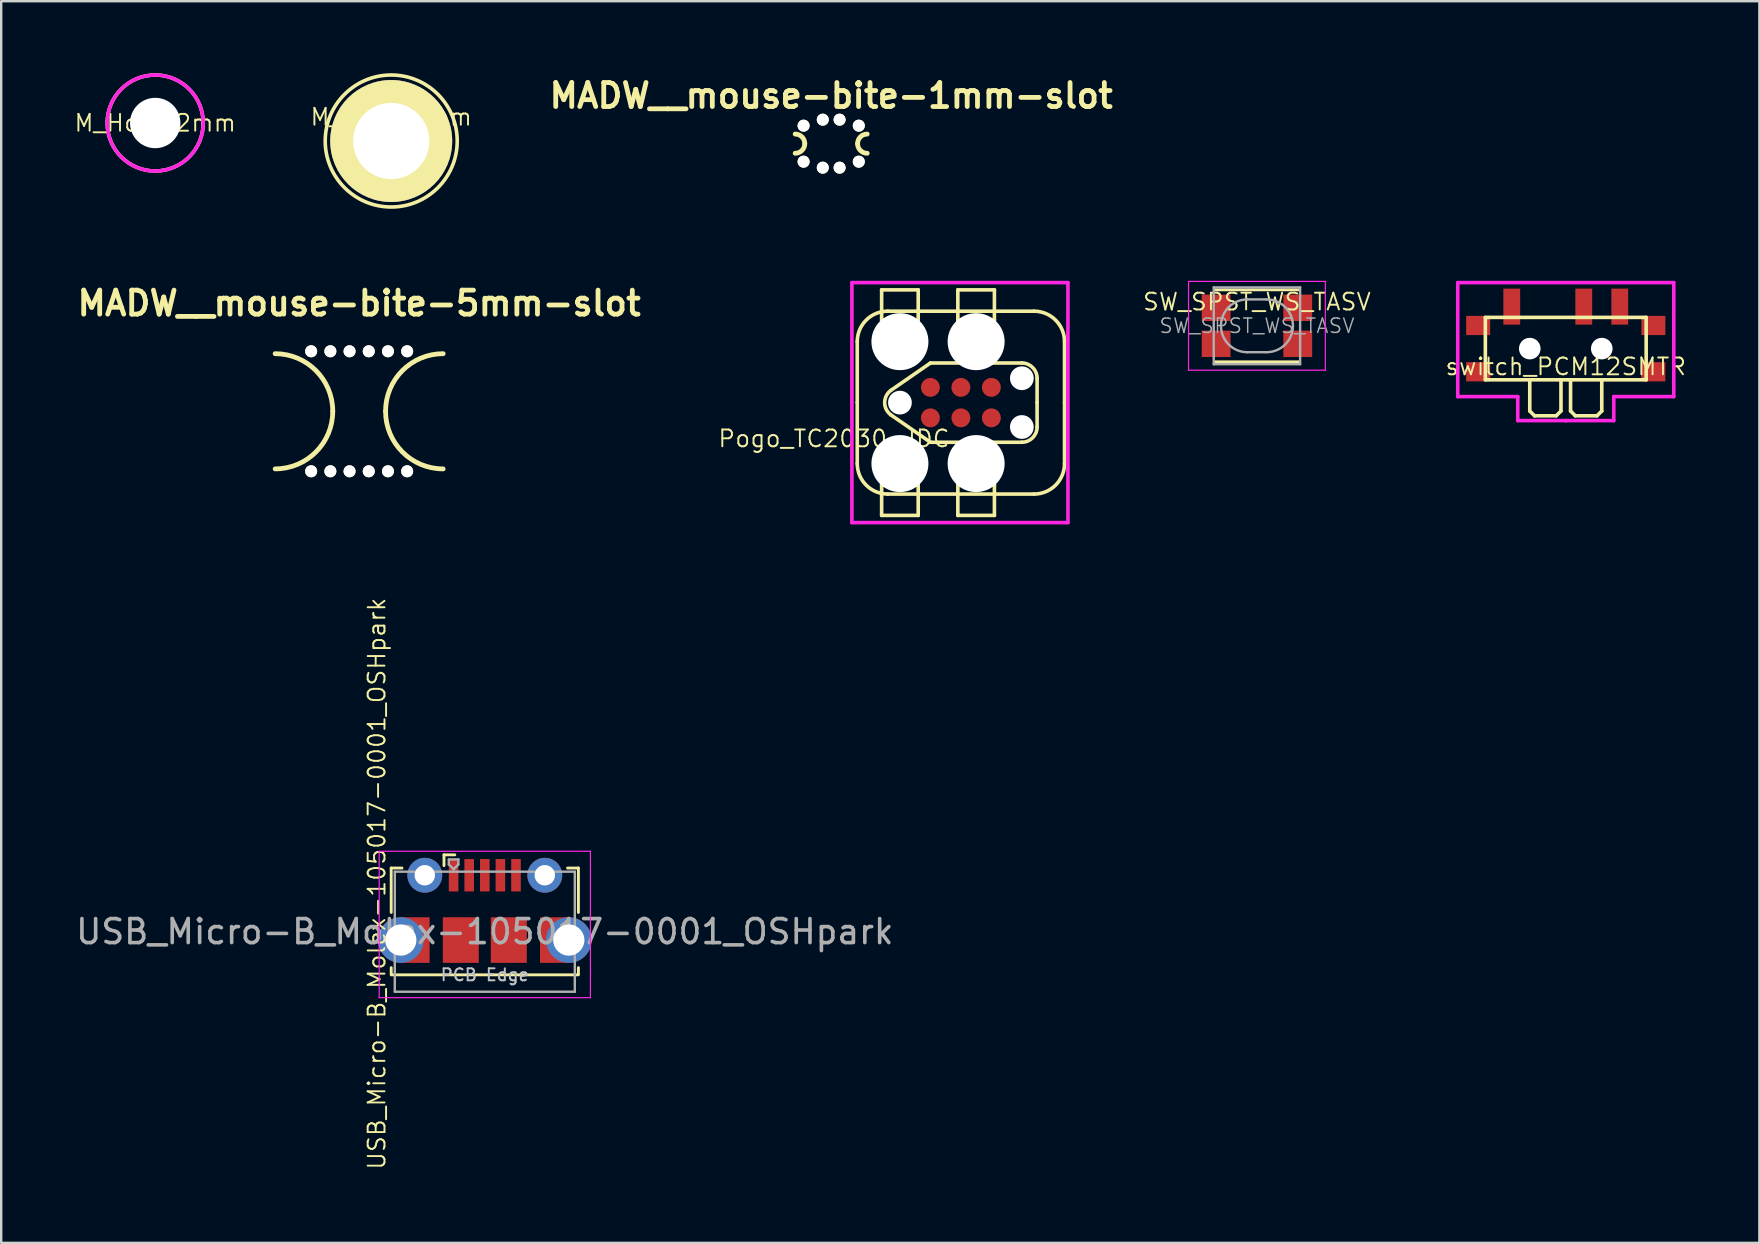
<source format=kicad_pcb>
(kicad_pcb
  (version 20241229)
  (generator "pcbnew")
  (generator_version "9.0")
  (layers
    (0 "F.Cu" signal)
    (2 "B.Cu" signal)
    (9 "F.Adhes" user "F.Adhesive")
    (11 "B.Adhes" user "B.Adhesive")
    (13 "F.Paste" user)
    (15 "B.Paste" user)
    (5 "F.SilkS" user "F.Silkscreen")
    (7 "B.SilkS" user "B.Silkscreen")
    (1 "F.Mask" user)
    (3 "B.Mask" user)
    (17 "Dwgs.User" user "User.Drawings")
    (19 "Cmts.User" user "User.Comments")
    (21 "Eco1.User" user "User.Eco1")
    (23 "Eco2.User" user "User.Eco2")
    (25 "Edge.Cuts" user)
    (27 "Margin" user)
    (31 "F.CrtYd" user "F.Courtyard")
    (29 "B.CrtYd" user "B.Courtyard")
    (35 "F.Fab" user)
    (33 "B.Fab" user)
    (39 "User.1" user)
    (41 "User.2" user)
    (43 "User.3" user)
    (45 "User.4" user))
  (footprint "switch_PCM12SMTR"
    (layer "F.Cu")
    (at 62.187 11.475)
    (property "Reference" "switch_PCM12SMTR" (at 0 0.75 0) (layer "F.SilkS") (effects (font (size 0.7 0.7) (thickness 0.08))))
    (attr through_hole)
    (fp_line (start -3.35 -1.3) (end 3.35 -1.3) (stroke (width 0.15) (type solid)) (layer "F.SilkS"))
    (fp_line (start -3.35 1.3) (end -3.35 -1.3) (stroke (width 0.15) (type solid)) (layer "F.SilkS"))
    (fp_line (start -1.5 2.6) (end -1.5 1.3) (stroke (width 0.15) (type solid)) (layer "F.SilkS"))
    (fp_line (start -1.3 2.8) (end -1.5 2.6) (stroke (width 0.15) (type solid)) (layer "F.SilkS"))
    (fp_line (start -0.4 2.8) (end -1.3 2.8) (stroke (width 0.15) (type solid)) (layer "F.SilkS"))
    (fp_line (start -0.2 1.3) (end -0.2 2.6) (stroke (width 0.15) (type solid)) (layer "F.SilkS"))
    (fp_line (start -0.2 2.6) (end -0.4 2.8) (stroke (width 0.15) (type solid)) (layer "F.SilkS"))
    (fp_line (start 0.2 1.3) (end 0.2 2.6) (stroke (width 0.15) (type solid)) (layer "F.SilkS"))
    (fp_line (start 0.2 2.6) (end 0.4 2.8) (stroke (width 0.15) (type solid)) (layer "F.SilkS"))
    (fp_line (start 0.4 2.8) (end 1.3 2.8) (stroke (width 0.15) (type solid)) (layer "F.SilkS"))
    (fp_line (start 1.3 2.8) (end 1.5 2.6) (stroke (width 0.15) (type solid)) (layer "F.SilkS"))
    (fp_line (start 1.5 2.6) (end 1.5 1.3) (stroke (width 0.15) (type solid)) (layer "F.SilkS"))
    (fp_line (start 3.35 -1.3) (end 3.35 1.3) (stroke (width 0.15) (type solid)) (layer "F.SilkS"))
    (fp_line (start 3.35 1.3) (end -3.35 1.3) (stroke (width 0.15) (type solid)) (layer "F.SilkS"))
    (fp_line (start -4.5 -2.75) (end 4.5 -2.75) (stroke (width 0.15) (type solid)) (layer "F.CrtYd"))
    (fp_line (start -4.5 2) (end -4.5 -2.75) (stroke (width 0.15) (type solid)) (layer "F.CrtYd"))
    (fp_line (start -2 2) (end -4.5 2) (stroke (width 0.15) (type solid)) (layer "F.CrtYd"))
    (fp_line (start -2 3) (end -2 2) (stroke (width 0.15) (type solid)) (layer "F.CrtYd"))
    (fp_line (start 0 3) (end -2 3) (stroke (width 0.15) (type solid)) (layer "F.CrtYd"))
    (fp_line (start 0 3) (end 0 3) (stroke (width 0.15) (type solid)) (layer "F.CrtYd"))
    (fp_line (start 2 2) (end 2 3) (stroke (width 0.15) (type solid)) (layer "F.CrtYd"))
    (fp_line (start 2 3) (end 0 3) (stroke (width 0.15) (type solid)) (layer "F.CrtYd"))
    (fp_line (start 4.5 -2.75) (end 4.5 2) (stroke (width 0.15) (type solid)) (layer "F.CrtYd"))
    (fp_line (start 4.5 2) (end 2 2) (stroke (width 0.15) (type solid)) (layer "F.CrtYd"))
    (pad "" smd rect (at -3.65 -0.965) (size 1 0.8) (layers "F.Cu" "F.Mask" "F.Paste"))
    (pad "" smd rect (at -3.65 0.965) (size 1 0.8) (layers "F.Cu" "F.Mask" "F.Paste"))
    (pad "" np_thru_hole circle (at -1.5 0) (size 0.9 0.9) (drill 0.9) (layers "*.Cu" "*.Mask"))
    (pad "" np_thru_hole circle (at 1.5 0) (size 0.9 0.9) (drill 0.9) (layers "*.Cu" "*.Mask"))
    (pad "" smd rect (at 3.65 -0.965) (size 1 0.8) (layers "F.Cu" "F.Mask" "F.Paste"))
    (pad "" smd rect (at 3.65 0.965) (size 1 0.8) (layers "F.Cu" "F.Mask" "F.Paste"))
    (pad "1" smd rect (at -2.25 -1.75) (size 0.7 1.5) (layers "F.Cu" "F.Mask" "F.Paste"))
    (pad "2" smd rect (at 0.75 -1.75) (size 0.7 1.5) (layers "F.Cu" "F.Mask" "F.Paste"))
    (pad "3" smd rect (at 2.25 -1.75) (size 0.7 1.5) (layers "F.Cu" "F.Mask" "F.Paste")))
  (footprint "M_Hole_3mm"
    (layer "F.Cu")
    (at 13.25 2.825)
    (property "Reference" "M_Hole_3mm" (at 0 -1 0) (layer "F.SilkS") (effects (font (size 0.7 0.7) (thickness 0.08))))
    (attr through_hole)
    (fp_circle (center 0 0) (end -2.75 0) (stroke (width 0.15) (type solid)) (fill no) (layer "F.SilkS"))
    (pad "1" thru_hole circle (at 0 0) (size 5.08 5.08) (drill 3.175) (layers "*.Cu" "*.Mask" "F.SilkS")))
  (footprint "USB_Micro-B_Molex-105017-0001_OSHpark"
    (layer "F.Cu")
    (at 17.149 35.767)
    (property "Reference" "USB_Micro-B_Molex-105017-0001_OSHpark" (at -4.5 -2 90) (layer "F.SilkS") (effects (font (size 0.7 0.7) (thickness 0.08))))
    (attr smd)
    (fp_line (start -3.9 -2.65) (end -3.45 -2.65) (stroke (width 0.12) (type solid)) (layer "F.SilkS"))
    (fp_line (start -3.9 -0.8) (end -3.9 -2.65) (stroke (width 0.12) (type solid)) (layer "F.SilkS"))
    (fp_line (start -3.9 1.75) (end -3.9 1.5) (stroke (width 0.12) (type solid)) (layer "F.SilkS"))
    (fp_line (start -3.9 1.8) (end 3.9 1.8) (stroke (width 0.12) (type solid)) (layer "F.SilkS"))
    (fp_line (start -1.7 -3.2) (end -1.7 -2.75) (stroke (width 0.12) (type solid)) (layer "F.SilkS"))
    (fp_line (start -1.7 -3.2) (end -1.25 -3.2) (stroke (width 0.12) (type solid)) (layer "F.SilkS"))
    (fp_line (start 3.9 -2.65) (end 3.45 -2.65) (stroke (width 0.12) (type solid)) (layer "F.SilkS"))
    (fp_line (start 3.9 -0.8) (end 3.9 -2.65) (stroke (width 0.12) (type solid)) (layer "F.SilkS"))
    (fp_line (start 3.9 1.75) (end 3.9 1.5) (stroke (width 0.12) (type solid)) (layer "F.SilkS"))
    (fp_line (start -4.4 -3.35) (end 4.4 -3.35) (stroke (width 0.05) (type solid)) (layer "F.CrtYd"))
    (fp_line (start -4.4 2.75) (end -4.4 -3.35) (stroke (width 0.05) (type solid)) (layer "F.CrtYd"))
    (fp_line (start -4.4 2.75) (end 4.4 2.75) (stroke (width 0.05) (type solid)) (layer "F.CrtYd"))
    (fp_line (start 4.4 -3.35) (end 4.4 2.75) (stroke (width 0.05) (type solid)) (layer "F.CrtYd"))
    (fp_line (start -3.75 -2.5) (end 3.75 -2.5) (stroke (width 0.1) (type solid)) (layer "F.Fab"))
    (fp_line (start -3.75 2.5) (end -3.75 -2.5) (stroke (width 0.1) (type solid)) (layer "F.Fab"))
    (fp_line (start -3.75 2.502) (end 3.75 2.502) (stroke (width 0.1) (type solid)) (layer "F.Fab"))
    (fp_line (start -1.5 -3.01) (end -1.5 -2.8) (stroke (width 0.1) (type solid)) (layer "F.Fab"))
    (fp_line (start -1.5 -3.01) (end -1.1 -3.01) (stroke (width 0.1) (type solid)) (layer "F.Fab"))
    (fp_line (start -1.3 -2.6) (end -1.5 -2.8) (stroke (width 0.1) (type solid)) (layer "F.Fab"))
    (fp_line (start -1.1 -3.01) (end -1.1 -2.8) (stroke (width 0.1) (type solid)) (layer "F.Fab"))
    (fp_line (start -1.1 -2.8) (end -1.3 -2.6) (stroke (width 0.1) (type solid)) (layer "F.Fab"))
    (fp_line (start 3.75 2.5) (end 3.75 -2.5) (stroke (width 0.1) (type solid)) (layer "F.Fab"))
    (fp_text user "PCB Edge" (at 0 1.8 0) (layer "Dwgs.User") (effects (font (size 0.5 0.5) (thickness 0.08))))
    (fp_text user "${REFERENCE}" (at 0 0 0) (layer "F.Fab") (effects (font (size 1 1) (thickness 0.15))))
    (pad "1" smd rect (at -1.3 -2.35) (size 0.4 1.35) (layers "F.Cu" "F.Mask" "F.Paste"))
    (pad "2" smd rect (at -0.65 -2.35) (size 0.4 1.35) (layers "F.Cu" "F.Mask" "F.Paste"))
    (pad "3" smd rect (at 0 -2.35) (size 0.4 1.35) (layers "F.Cu" "F.Mask" "F.Paste"))
    (pad "4" smd rect (at 0.65 -2.35) (size 0.4 1.35) (layers "F.Cu" "F.Mask" "F.Paste"))
    (pad "5" smd rect (at 1.3 -2.35) (size 0.4 1.35) (layers "F.Cu" "F.Mask" "F.Paste"))
    (pad "S1" thru_hole circle (at -2.5 -2.35) (size 1.45 1.45) (drill 0.85) (layers "*.Cu" "*.Mask"))
    (pad "S2" thru_hole circle (at 2.5 -2.35) (size 1.45 1.45) (drill 0.85) (layers "*.Cu" "*.Mask"))
    (pad "S3" thru_hole oval (at -3.5 0.35 180) (size 1.9 1.9) (drill 1.3) (layers "*.Cu" "*.Mask"))
    (pad "S3" smd rect (at -2.9 0.35) (size 1.2 1.9) (layers "F.Cu" "F.Mask"))
    (pad "S3" smd rect (at -1 0.35) (size 1.5 1.9) (layers "F.Cu" "F.Mask" "F.Paste"))
    (pad "S4" smd rect (at 1 0.35) (size 1.5 1.9) (layers "F.Cu" "F.Mask" "F.Paste"))
    (pad "S4" smd rect (at 2.9 0.35) (size 1.2 1.9) (layers "F.Cu" "F.Mask"))
    (pad "S4" thru_hole oval (at 3.5 0.35) (size 1.9 1.9) (drill 1.3) (layers "*.Cu" "*.Mask")))
  (footprint "M_Hole_2mm"
    (layer "F.Cu")
    (at 3.417 2.075)
    (property "Reference" "M_Hole_2mm" (at 0 0 0) (layer "F.SilkS") (effects (font (size 0.7 0.7) (thickness 0.08))))
    (attr through_hole)
    (fp_circle (center 0 0) (end -2 0) (stroke (width 0.15) (type solid)) (fill no) (layer "F.SilkS"))
    (fp_circle (center 0 0) (end -2 0) (stroke (width 0.15) (type solid)) (fill no) (layer "F.CrtYd"))
    (pad "" np_thru_hole circle (at 0 0) (size 2.1 2.1) (drill 2.1) (layers "*.Cu" "*.Mask")))
  (footprint "MADW__mouse-bite-1mm-slot"
    (layer "F.Cu")
    (at 31.581 2.936)
    (property "Reference" "MADW__mouse-bite-1mm-slot" (at 0 -2 0) (layer "F.SilkS") (effects (font (size 1 1) (thickness 0.2))))
    (attr through_hole)
    (fp_arc (start -1.5 -0.4) (mid -1.217157 -0.282843) (end -1.1 0) (stroke (width 0.2) (type solid)) (layer "F.SilkS"))
    (fp_arc (start -1.1 0) (mid -1.217157 0.282843) (end -1.5 0.4) (stroke (width 0.2) (type solid)) (layer "F.SilkS"))
    (fp_arc (start 1.1 0) (mid 1.217157 -0.282843) (end 1.5 -0.4) (stroke (width 0.2) (type solid)) (layer "F.SilkS"))
    (fp_arc (start 1.5 0.4) (mid 1.217157 0.282843) (end 1.1 0) (stroke (width 0.2) (type solid)) (layer "F.SilkS"))
    (fp_line (start -1.5 0) (end -1.5 0) (stroke (width 1) (type solid)) (layer "Eco1.User"))
    (fp_line (start 1.5 0) (end 1.5 0) (stroke (width 1) (type solid)) (layer "Eco1.User"))
    (pad "" np_thru_hole circle (at -1.15 -0.75) (size 0.5 0.5) (drill 0.5) (layers "*.Cu" "*.Mask" "F.SilkS"))
    (pad "" np_thru_hole circle (at -1.15 0.75) (size 0.5 0.5) (drill 0.5) (layers "*.Cu" "*.Mask" "F.SilkS"))
    (pad "" np_thru_hole circle (at -0.35 -1) (size 0.5 0.5) (drill 0.5) (layers "*.Cu" "*.Mask" "F.SilkS"))
    (pad "" np_thru_hole circle (at -0.35 1) (size 0.5 0.5) (drill 0.5) (layers "*.Cu" "*.Mask" "F.SilkS"))
    (pad "" np_thru_hole circle (at 0.35 -1) (size 0.5 0.5) (drill 0.5) (layers "*.Cu" "*.Mask" "F.SilkS"))
    (pad "" np_thru_hole circle (at 0.35 1) (size 0.5 0.5) (drill 0.5) (layers "*.Cu" "*.Mask" "F.SilkS"))
    (pad "" np_thru_hole circle (at 1.15 -0.75) (size 0.5 0.5) (drill 0.5) (layers "*.Cu" "*.Mask" "F.SilkS"))
    (pad "" np_thru_hole circle (at 1.15 0.75) (size 0.5 0.5) (drill 0.5) (layers "*.Cu" "*.Mask" "F.SilkS")))
  (footprint "SW_SPST_WS_TASV"
    (layer "F.Cu")
    (at 49.32 10.525)
    (property "Reference" "SW_SPST_WS_TASV" (at 0 -1 0) (layer "F.SilkS") (effects (font (size 0.7 0.7) (thickness 0.08))))
    (attr smd)
    (fp_line (start -1.75 1.5) (end 1.75 1.5) (stroke (width 0.12) (type solid)) (layer "F.SilkS"))
    (fp_line (start 1.75 -1.5) (end -1.75 -1.5) (stroke (width 0.12) (type solid)) (layer "F.SilkS"))
    (fp_line (start -2.85 -1.85) (end 2.85 -1.85) (stroke (width 0.05) (type solid)) (layer "F.CrtYd"))
    (fp_line (start -2.85 1.85) (end -2.85 -1.85) (stroke (width 0.05) (type solid)) (layer "F.CrtYd"))
    (fp_line (start 2.85 -1.85) (end 2.85 1.85) (stroke (width 0.05) (type solid)) (layer "F.CrtYd"))
    (fp_line (start 2.85 1.85) (end -2.85 1.85) (stroke (width 0.05) (type solid)) (layer "F.CrtYd"))
    (fp_line (start -1.8 -1.6) (end -1.8 1.6) (stroke (width 0.1) (type solid)) (layer "F.Fab"))
    (fp_line (start -1.8 1.6) (end 1.8 1.6) (stroke (width 0.1) (type solid)) (layer "F.Fab"))
    (fp_line (start -0.4 -1.1) (end 0.4 -1.1) (stroke (width 0.1) (type solid)) (layer "F.Fab"))
    (fp_line (start 0.4 1.1) (end -0.4 1.1) (stroke (width 0.1) (type solid)) (layer "F.Fab"))
    (fp_line (start 1.8 -1.6) (end -1.8 -1.6) (stroke (width 0.1) (type solid)) (layer "F.Fab"))
    (fp_line (start 1.8 1.6) (end 1.8 -1.6) (stroke (width 0.1) (type solid)) (layer "F.Fab"))
    (fp_arc (start -0.4 1.1) (mid -1.5 0) (end -0.4 -1.1) (stroke (width 0.1) (type solid)) (layer "F.Fab"))
    (fp_arc (start 0.4 -1.1) (mid 1.5 0) (end 0.4 1.1) (stroke (width 0.1) (type solid)) (layer "F.Fab"))
    (fp_text user "${REFERENCE}" (at 0 0 0) (layer "F.Fab") (effects (font (size 0.6 0.6) (thickness 0.06))))
    (pad "1" smd rect (at -1.7 -0.75) (size 1.2 1.1) (layers "F.Cu" "F.Mask" "F.Paste"))
    (pad "1" smd rect (at 1.7 -0.75) (size 1.2 1.1) (layers "F.Cu" "F.Mask" "F.Paste"))
    (pad "2" smd rect (at -1.7 0.75) (size 1.2 1.1) (layers "F.Cu" "F.Mask" "F.Paste"))
    (pad "2" smd rect (at 1.7 0.75) (size 1.2 1.1) (layers "F.Cu" "F.Mask" "F.Paste")))
  (footprint "MADW__mouse-bite-5mm-slot"
    (layer "F.Cu")
    (at 11.914 14.086)
    (property "Reference" "MADW__mouse-bite-5mm-slot" (at 0 -4.5 0) (layer "F.SilkS") (effects (font (size 1 1) (thickness 0.2))))
    (attr through_hole)
    (fp_arc (start -3.5 -2.4) (mid -1.802944 -1.697056) (end -1.1 0) (stroke (width 0.2) (type solid)) (layer "F.SilkS"))
    (fp_arc (start -1.1 0) (mid -1.802944 1.697056) (end -3.5 2.4) (stroke (width 0.2) (type solid)) (layer "F.SilkS"))
    (fp_arc (start 1.1 0) (mid 1.802944 -1.697056) (end 3.5 -2.4) (stroke (width 0.2) (type solid)) (layer "F.SilkS"))
    (fp_arc (start 3.5 2.4) (mid 1.802944 1.697056) (end 1.1 0) (stroke (width 0.2) (type solid)) (layer "F.SilkS"))
    (pad "" np_thru_hole circle (at -2 -2.5) (size 0.5 0.5) (drill 0.5) (layers "*.Cu" "*.Mask" "F.SilkS"))
    (pad "" np_thru_hole circle (at -2 2.5) (size 0.5 0.5) (drill 0.5) (layers "*.Cu" "*.Mask" "F.SilkS"))
    (pad "" np_thru_hole circle (at -1.2 -2.5) (size 0.5 0.5) (drill 0.5) (layers "*.Cu" "*.Mask" "F.SilkS"))
    (pad "" np_thru_hole circle (at -1.2 2.5) (size 0.5 0.5) (drill 0.5) (layers "*.Cu" "*.Mask" "F.SilkS"))
    (pad "" np_thru_hole circle (at -0.4 -2.5) (size 0.5 0.5) (drill 0.5) (layers "*.Cu" "*.Mask" "F.SilkS"))
    (pad "" np_thru_hole circle (at -0.4 2.5) (size 0.5 0.5) (drill 0.5) (layers "*.Cu" "*.Mask" "F.SilkS"))
    (pad "" np_thru_hole circle (at 0.4 -2.5) (size 0.5 0.5) (drill 0.5) (layers "*.Cu" "*.Mask" "F.SilkS"))
    (pad "" np_thru_hole circle (at 0.4 2.5) (size 0.5 0.5) (drill 0.5) (layers "*.Cu" "*.Mask" "F.SilkS"))
    (pad "" np_thru_hole circle (at 1.2 -2.5) (size 0.5 0.5) (drill 0.5) (layers "*.Cu" "*.Mask" "F.SilkS"))
    (pad "" np_thru_hole circle (at 1.2 2.5) (size 0.5 0.5) (drill 0.5) (layers "*.Cu" "*.Mask" "F.SilkS"))
    (pad "" np_thru_hole circle (at 2 -2.5) (size 0.5 0.5) (drill 0.5) (layers "*.Cu" "*.Mask" "F.SilkS"))
    (pad "" np_thru_hole circle (at 2 2.5) (size 0.5 0.5) (drill 0.5) (layers "*.Cu" "*.Mask" "F.SilkS")))
  (footprint "Pogo_TC2030-IDC"
    (layer "F.Cu")
    (at 34.445 13.725)
    (property "Reference" "Pogo_TC2030-IDC" (at -2.75 1.5 0) (layer "F.SilkS") (effects (font (size 0.7 0.7) (thickness 0.08))))
    (attr through_hole)
    (fp_line (start -1.778 0) (end -1.778 -2.54) (stroke (width 0.15) (type solid)) (layer "F.SilkS"))
    (fp_line (start -1.778 2.54) (end -1.778 0) (stroke (width 0.15) (type solid)) (layer "F.SilkS"))
    (fp_line (start -0.762 -3.429) (end -0.762 -4.699) (stroke (width 0.15) (type solid)) (layer "F.SilkS"))
    (fp_line (start -0.762 -3.429) (end 0.762 -3.429) (stroke (width 0.15) (type solid)) (layer "F.SilkS"))
    (fp_line (start -0.762 3.429) (end 0.762 3.429) (stroke (width 0.15) (type solid)) (layer "F.SilkS"))
    (fp_line (start -0.762 4.699) (end -0.762 3.429) (stroke (width 0.15) (type solid)) (layer "F.SilkS"))
    (fp_line (start -0.508 -3.81) (end 5.588 -3.81) (stroke (width 0.15) (type solid)) (layer "F.SilkS"))
    (fp_line (start 0.762 -4.699) (end -0.762 -4.699) (stroke (width 0.15) (type solid)) (layer "F.SilkS"))
    (fp_line (start 0.762 -3.429) (end 0.762 -4.699) (stroke (width 0.15) (type solid)) (layer "F.SilkS"))
    (fp_line (start 0.762 3.429) (end 0.762 4.699) (stroke (width 0.15) (type solid)) (layer "F.SilkS"))
    (fp_line (start 0.762 4.699) (end -0.762 4.699) (stroke (width 0.15) (type solid)) (layer "F.SilkS"))
    (fp_line (start 1.27 -1.651) (end -0.381 -0.508) (stroke (width 0.15) (type solid)) (layer "F.SilkS"))
    (fp_line (start 1.27 1.651) (end -0.381 0.508) (stroke (width 0.15) (type solid)) (layer "F.SilkS"))
    (fp_line (start 2.413 -4.699) (end 2.413 -3.429) (stroke (width 0.15) (type solid)) (layer "F.SilkS"))
    (fp_line (start 2.413 -3.429) (end 3.937 -3.429) (stroke (width 0.15) (type solid)) (layer "F.SilkS"))
    (fp_line (start 2.413 3.429) (end 2.413 4.699) (stroke (width 0.15) (type solid)) (layer "F.SilkS"))
    (fp_line (start 2.413 3.429) (end 3.937 3.429) (stroke (width 0.15) (type solid)) (layer "F.SilkS"))
    (fp_line (start 3.937 -4.699) (end 2.413 -4.699) (stroke (width 0.15) (type solid)) (layer "F.SilkS"))
    (fp_line (start 3.937 -3.429) (end 3.937 -4.699) (stroke (width 0.15) (type solid)) (layer "F.SilkS"))
    (fp_line (start 3.937 3.429) (end 3.937 4.699) (stroke (width 0.15) (type solid)) (layer "F.SilkS"))
    (fp_line (start 3.937 4.699) (end 2.413 4.699) (stroke (width 0.15) (type solid)) (layer "F.SilkS"))
    (fp_line (start 5.08 -1.651) (end 1.27 -1.651) (stroke (width 0.15) (type solid)) (layer "F.SilkS"))
    (fp_line (start 5.08 1.651) (end 1.27 1.651) (stroke (width 0.15) (type solid)) (layer "F.SilkS"))
    (fp_line (start 5.588 3.81) (end -0.508 3.81) (stroke (width 0.15) (type solid)) (layer "F.SilkS"))
    (fp_line (start 5.715 0) (end 5.715 -1.016) (stroke (width 0.15) (type solid)) (layer "F.SilkS"))
    (fp_line (start 5.715 0) (end 5.715 1.016) (stroke (width 0.15) (type solid)) (layer "F.SilkS"))
    (fp_line (start 6.858 -2.54) (end 6.858 0) (stroke (width 0.15) (type solid)) (layer "F.SilkS"))
    (fp_line (start 6.858 0) (end 6.858 2.54) (stroke (width 0.15) (type solid)) (layer "F.SilkS"))
    (fp_arc (start -1.778 -2.54) (mid -1.406026 -3.438026) (end -0.508 -3.81) (stroke (width 0.15) (type solid)) (layer "F.SilkS"))
    (fp_arc (start -0.508 3.81) (mid -1.406026 3.438026) (end -1.778 2.54) (stroke (width 0.15) (type solid)) (layer "F.SilkS"))
    (fp_arc (start -0.381 0.508) (mid -0.635 0) (end -0.380999 -0.508) (stroke (width 0.15) (type solid)) (layer "F.SilkS"))
    (fp_arc (start 5.08 -1.651) (mid 5.529013 -1.465013) (end 5.715 -1.016) (stroke (width 0.15) (type solid)) (layer "F.SilkS"))
    (fp_arc (start 5.588 -3.81) (mid 6.486026 -3.438026) (end 6.858 -2.54) (stroke (width 0.15) (type solid)) (layer "F.SilkS"))
    (fp_arc (start 5.715 1.016) (mid 5.529013 1.465013) (end 5.08 1.651) (stroke (width 0.15) (type solid)) (layer "F.SilkS"))
    (fp_arc (start 6.858 2.54) (mid 6.486026 3.438026) (end 5.588 3.81) (stroke (width 0.15) (type solid)) (layer "F.SilkS"))
    (fp_line (start -2 -5) (end 7 -5) (stroke (width 0.15) (type solid)) (layer "F.CrtYd"))
    (fp_line (start -2 0) (end -2 -5) (stroke (width 0.15) (type solid)) (layer "F.CrtYd"))
    (fp_line (start -2 0) (end -2 5) (stroke (width 0.15) (type solid)) (layer "F.CrtYd"))
    (fp_line (start 7 -5) (end 7 5) (stroke (width 0.15) (type solid)) (layer "F.CrtYd"))
    (fp_line (start 7 5) (end -2 5) (stroke (width 0.15) (type solid)) (layer "F.CrtYd"))
    (pad "" np_thru_hole circle (at 0 -2.54) (size 2.375 2.375) (drill 2.375) (layers "*.Cu" "*.Mask"))
    (pad "" np_thru_hole circle (at 0 0) (size 0.991 0.991) (drill 0.991) (layers "*.Cu" "*.Mask"))
    (pad "" np_thru_hole circle (at 0 2.54) (size 2.375 2.375) (drill 2.375) (layers "*.Cu" "*.Mask"))
    (pad "" np_thru_hole circle (at 3.175 -2.54) (size 2.375 2.375) (drill 2.375) (layers "*.Cu" "*.Mask"))
    (pad "" np_thru_hole circle (at 3.175 2.54) (size 2.375 2.375) (drill 2.375) (layers "*.Cu" "*.Mask"))
    (pad "" np_thru_hole circle (at 5.08 -1.016) (size 0.991 0.991) (drill 0.991) (layers "*.Cu" "*.Mask"))
    (pad "" np_thru_hole circle (at 5.08 1.016) (size 0.991 0.991) (drill 0.991) (layers "*.Cu" "*.Mask"))
    (pad "1" smd circle (at 1.27 0.635) (size 0.787 0.787) (layers "F.Cu" "F.Mask"))
    (pad "2" smd circle (at 1.27 -0.635) (size 0.787 0.787) (layers "F.Cu" "F.Mask"))
    (pad "3" smd circle (at 2.54 0.635) (size 0.787 0.787) (layers "F.Cu" "F.Mask"))
    (pad "4" smd circle (at 2.54 -0.635) (size 0.787 0.787) (layers "F.Cu" "F.Mask"))
    (pad "5" smd circle (at 3.81 0.635) (size 0.787 0.787) (layers "F.Cu" "F.Mask"))
    (pad "6" smd circle (at 3.81 -0.635) (size 0.787 0.787) (layers "F.Cu" "F.Mask")))
  (gr_rect
    (start -3 -3)
    (end 70.254 48.733)
    (stroke (width 0.1) (type default))
    (fill no)
    (layer "Edge.Cuts")))
</source>
